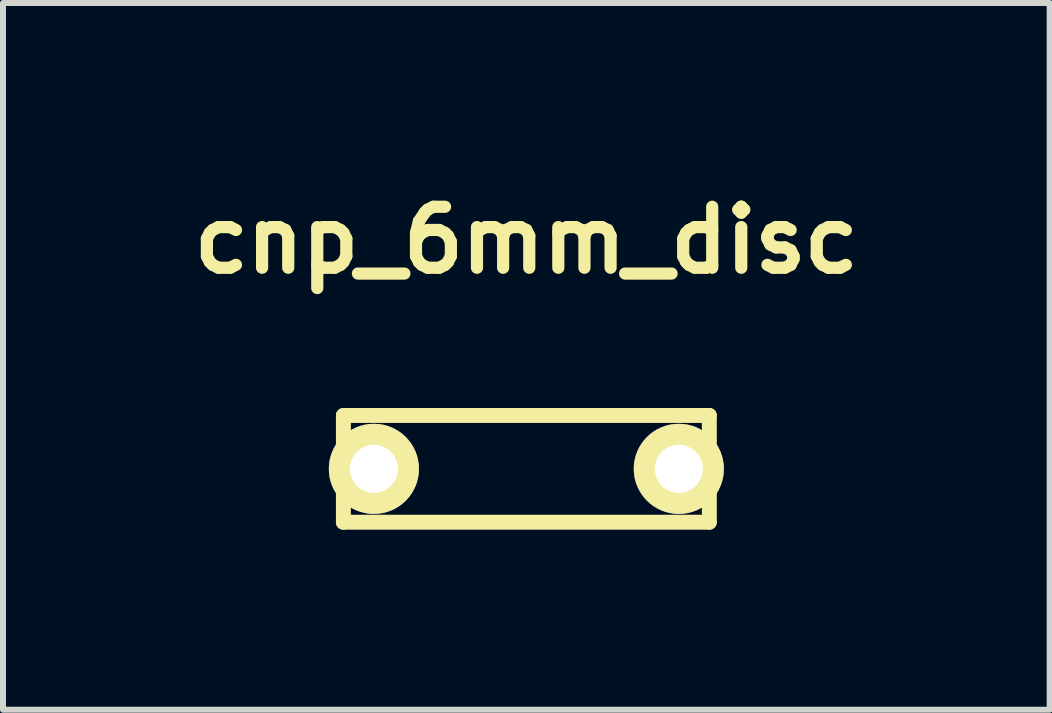
<source format=kicad_pcb>
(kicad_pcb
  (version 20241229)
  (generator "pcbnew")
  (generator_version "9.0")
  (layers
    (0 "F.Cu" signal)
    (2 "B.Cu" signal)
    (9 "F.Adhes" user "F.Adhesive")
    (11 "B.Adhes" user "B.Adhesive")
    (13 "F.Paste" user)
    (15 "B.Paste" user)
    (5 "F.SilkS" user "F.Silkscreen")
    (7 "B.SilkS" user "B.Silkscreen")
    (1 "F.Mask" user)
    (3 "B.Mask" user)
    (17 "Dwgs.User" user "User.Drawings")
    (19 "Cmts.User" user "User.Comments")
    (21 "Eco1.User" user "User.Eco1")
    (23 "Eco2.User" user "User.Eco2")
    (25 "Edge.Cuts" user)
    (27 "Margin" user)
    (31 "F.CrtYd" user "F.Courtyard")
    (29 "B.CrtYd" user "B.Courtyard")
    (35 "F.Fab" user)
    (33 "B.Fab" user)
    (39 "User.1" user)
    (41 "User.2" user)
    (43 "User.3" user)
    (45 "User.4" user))
  (footprint "cnp_6mm_disc"
    (layer "F.Cu")
    (at 5.719 4.761)
    (property "Reference" "cnp_6mm_disc" (at 0 -3.81 0) (layer "F.SilkS") (effects (font (size 1.016 1.016) (thickness 0.203))))
    (attr through_hole)
    (fp_line (start -3.048 -0.889) (end -3.048 0.889) (stroke (width 0.249) (type solid)) (layer "F.SilkS"))
    (fp_line (start -3.048 0.889) (end 3.048 0.889) (stroke (width 0.249) (type solid)) (layer "F.SilkS"))
    (fp_line (start 3.048 -0.889) (end -3.048 -0.889) (stroke (width 0.249) (type solid)) (layer "F.SilkS"))
    (fp_line (start 3.048 0.889) (end 3.048 -0.889) (stroke (width 0.249) (type solid)) (layer "F.SilkS"))
    (pad "1" thru_hole circle (at -2.54 0) (size 1.501 1.501) (drill 0.8) (layers "*.Cu" "*.Mask" "F.SilkS"))
    (pad "2" thru_hole circle (at 2.54 0) (size 1.501 1.501) (drill 0.8) (layers "*.Cu" "*.Mask" "F.SilkS")))
  (gr_rect
    (start -3 -3)
    (end 14.437 8.774)
    (stroke (width 0.1) (type default))
    (fill no)
    (layer "Edge.Cuts")))
</source>
